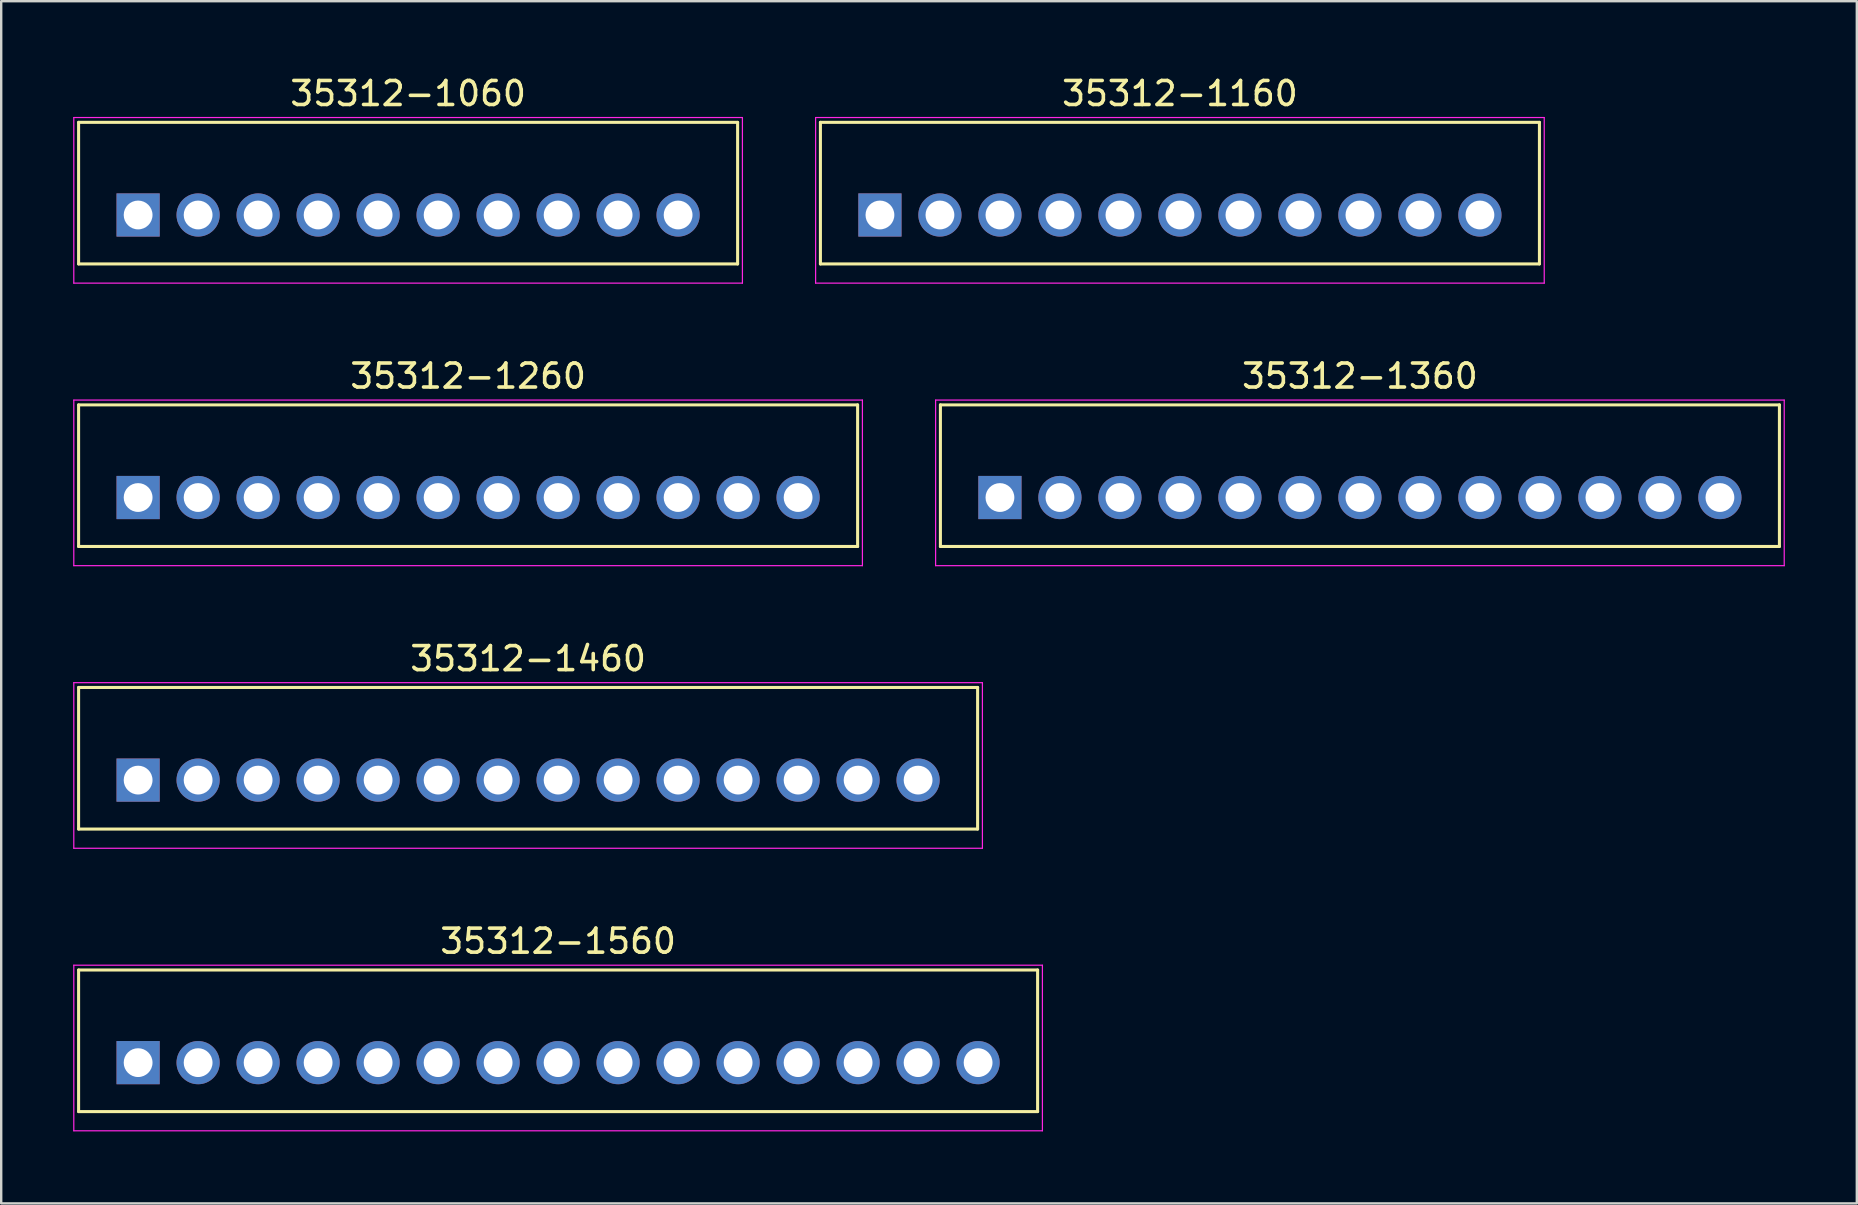
<source format=kicad_pcb>
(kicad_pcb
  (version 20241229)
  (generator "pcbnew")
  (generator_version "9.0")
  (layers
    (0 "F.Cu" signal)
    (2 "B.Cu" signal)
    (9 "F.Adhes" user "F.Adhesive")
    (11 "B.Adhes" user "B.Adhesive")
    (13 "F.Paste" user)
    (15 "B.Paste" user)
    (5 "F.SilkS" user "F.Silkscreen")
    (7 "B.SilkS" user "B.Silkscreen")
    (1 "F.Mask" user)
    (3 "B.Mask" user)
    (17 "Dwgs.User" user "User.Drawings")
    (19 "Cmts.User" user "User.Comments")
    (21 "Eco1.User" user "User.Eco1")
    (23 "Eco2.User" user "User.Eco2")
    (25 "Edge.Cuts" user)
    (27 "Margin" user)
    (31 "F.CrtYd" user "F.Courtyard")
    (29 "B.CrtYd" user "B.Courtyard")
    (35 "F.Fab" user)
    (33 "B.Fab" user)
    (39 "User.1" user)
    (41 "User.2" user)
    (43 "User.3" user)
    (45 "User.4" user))
  (footprint "35312-1160"
    (layer "F.Cu")
    (at 33.615 5.908)
    (property "Reference" "35312-1160" (at 12.5 -5.06 0) (layer "F.SilkS") (effects (font (size 1 1) (thickness 0.15))))
    (attr through_hole)
    (fp_line (start -2.48 -3.86) (end -2.48 2.04) (stroke (width 0.127) (type solid)) (layer "F.SilkS"))
    (fp_line (start -2.48 2.04) (end 27.48 2.04) (stroke (width 0.127) (type solid)) (layer "F.SilkS"))
    (fp_line (start 27.48 -3.86) (end -2.48 -3.86) (stroke (width 0.127) (type solid)) (layer "F.SilkS"))
    (fp_line (start 27.48 2.04) (end 27.48 -3.86) (stroke (width 0.127) (type solid)) (layer "F.SilkS"))
    (fp_line (start -2.68 -4.06) (end -2.68 2.84) (stroke (width 0.05) (type solid)) (layer "F.CrtYd"))
    (fp_line (start -2.68 2.84) (end 27.68 2.84) (stroke (width 0.05) (type solid)) (layer "F.CrtYd"))
    (fp_line (start 27.68 -4.06) (end -2.68 -4.06) (stroke (width 0.05) (type solid)) (layer "F.CrtYd"))
    (fp_line (start 27.68 2.84) (end 27.68 -4.06) (stroke (width 0.05) (type solid)) (layer "F.CrtYd"))
    (pad "1" thru_hole rect (at 0 0) (size 1.8 1.8) (drill 1.2) (layers "*.Cu" "*.Mask"))
    (pad "2" thru_hole oval (at 2.5 0) (size 1.8 1.8) (drill 1.2) (layers "*.Cu" "*.Mask"))
    (pad "3" thru_hole oval (at 5 0) (size 1.8 1.8) (drill 1.2) (layers "*.Cu" "*.Mask"))
    (pad "4" thru_hole oval (at 7.5 0) (size 1.8 1.8) (drill 1.2) (layers "*.Cu" "*.Mask"))
    (pad "5" thru_hole oval (at 10 0) (size 1.8 1.8) (drill 1.2) (layers "*.Cu" "*.Mask"))
    (pad "6" thru_hole oval (at 12.5 0) (size 1.8 1.8) (drill 1.2) (layers "*.Cu" "*.Mask"))
    (pad "7" thru_hole oval (at 15 0) (size 1.8 1.8) (drill 1.2) (layers "*.Cu" "*.Mask"))
    (pad "8" thru_hole oval (at 17.5 0) (size 1.8 1.8) (drill 1.2) (layers "*.Cu" "*.Mask"))
    (pad "9" thru_hole oval (at 20 0) (size 1.8 1.8) (drill 1.2) (layers "*.Cu" "*.Mask"))
    (pad "10" thru_hole oval (at 22.5 0) (size 1.8 1.8) (drill 1.2) (layers "*.Cu" "*.Mask"))
    (pad "11" thru_hole oval (at 25 0) (size 1.8 1.8) (drill 1.2) (layers "*.Cu" "*.Mask")))
  (footprint "35312-1060"
    (layer "F.Cu")
    (at 2.705 5.908)
    (property "Reference" "35312-1060" (at 11.25 -5.06 0) (layer "F.SilkS") (effects (font (size 1 1) (thickness 0.15))))
    (attr through_hole)
    (fp_line (start -2.48 -3.86) (end -2.48 2.04) (stroke (width 0.127) (type solid)) (layer "F.SilkS"))
    (fp_line (start -2.48 2.04) (end 24.98 2.04) (stroke (width 0.127) (type solid)) (layer "F.SilkS"))
    (fp_line (start 24.98 -3.86) (end -2.48 -3.86) (stroke (width 0.127) (type solid)) (layer "F.SilkS"))
    (fp_line (start 24.98 2.04) (end 24.98 -3.86) (stroke (width 0.127) (type solid)) (layer "F.SilkS"))
    (fp_line (start -2.68 -4.06) (end -2.68 2.84) (stroke (width 0.05) (type solid)) (layer "F.CrtYd"))
    (fp_line (start -2.68 2.84) (end 25.18 2.84) (stroke (width 0.05) (type solid)) (layer "F.CrtYd"))
    (fp_line (start 25.18 -4.06) (end -2.68 -4.06) (stroke (width 0.05) (type solid)) (layer "F.CrtYd"))
    (fp_line (start 25.18 2.84) (end 25.18 -4.06) (stroke (width 0.05) (type solid)) (layer "F.CrtYd"))
    (pad "1" thru_hole rect (at 0 0) (size 1.8 1.8) (drill 1.2) (layers "*.Cu" "*.Mask"))
    (pad "2" thru_hole oval (at 2.5 0) (size 1.8 1.8) (drill 1.2) (layers "*.Cu" "*.Mask"))
    (pad "3" thru_hole oval (at 5 0) (size 1.8 1.8) (drill 1.2) (layers "*.Cu" "*.Mask"))
    (pad "4" thru_hole oval (at 7.5 0) (size 1.8 1.8) (drill 1.2) (layers "*.Cu" "*.Mask"))
    (pad "5" thru_hole oval (at 10 0) (size 1.8 1.8) (drill 1.2) (layers "*.Cu" "*.Mask"))
    (pad "6" thru_hole oval (at 12.5 0) (size 1.8 1.8) (drill 1.2) (layers "*.Cu" "*.Mask"))
    (pad "7" thru_hole oval (at 15 0) (size 1.8 1.8) (drill 1.2) (layers "*.Cu" "*.Mask"))
    (pad "8" thru_hole oval (at 17.5 0) (size 1.8 1.8) (drill 1.2) (layers "*.Cu" "*.Mask"))
    (pad "9" thru_hole oval (at 20 0) (size 1.8 1.8) (drill 1.2) (layers "*.Cu" "*.Mask"))
    (pad "10" thru_hole oval (at 22.5 0) (size 1.8 1.8) (drill 1.2) (layers "*.Cu" "*.Mask")))
  (footprint "35312-1460"
    (layer "F.Cu")
    (at 2.705 29.455)
    (property "Reference" "35312-1460" (at 16.25 -5.06 0) (layer "F.SilkS") (effects (font (size 1 1) (thickness 0.15))))
    (attr through_hole)
    (fp_line (start -2.48 -3.86) (end -2.48 2.04) (stroke (width 0.127) (type solid)) (layer "F.SilkS"))
    (fp_line (start -2.48 2.04) (end 34.98 2.04) (stroke (width 0.127) (type solid)) (layer "F.SilkS"))
    (fp_line (start 34.98 -3.86) (end -2.48 -3.86) (stroke (width 0.127) (type solid)) (layer "F.SilkS"))
    (fp_line (start 34.98 2.04) (end 34.98 -3.86) (stroke (width 0.127) (type solid)) (layer "F.SilkS"))
    (fp_line (start -2.68 -4.06) (end -2.68 2.84) (stroke (width 0.05) (type solid)) (layer "F.CrtYd"))
    (fp_line (start -2.68 2.84) (end 35.18 2.84) (stroke (width 0.05) (type solid)) (layer "F.CrtYd"))
    (fp_line (start 35.18 -4.06) (end -2.68 -4.06) (stroke (width 0.05) (type solid)) (layer "F.CrtYd"))
    (fp_line (start 35.18 2.84) (end 35.18 -4.06) (stroke (width 0.05) (type solid)) (layer "F.CrtYd"))
    (pad "1" thru_hole rect (at 0 0) (size 1.8 1.8) (drill 1.2) (layers "*.Cu" "*.Mask"))
    (pad "2" thru_hole oval (at 2.5 0) (size 1.8 1.8) (drill 1.2) (layers "*.Cu" "*.Mask"))
    (pad "3" thru_hole oval (at 5 0) (size 1.8 1.8) (drill 1.2) (layers "*.Cu" "*.Mask"))
    (pad "4" thru_hole oval (at 7.5 0) (size 1.8 1.8) (drill 1.2) (layers "*.Cu" "*.Mask"))
    (pad "5" thru_hole oval (at 10 0) (size 1.8 1.8) (drill 1.2) (layers "*.Cu" "*.Mask"))
    (pad "6" thru_hole oval (at 12.5 0) (size 1.8 1.8) (drill 1.2) (layers "*.Cu" "*.Mask"))
    (pad "7" thru_hole oval (at 15 0) (size 1.8 1.8) (drill 1.2) (layers "*.Cu" "*.Mask"))
    (pad "8" thru_hole oval (at 17.5 0) (size 1.8 1.8) (drill 1.2) (layers "*.Cu" "*.Mask"))
    (pad "9" thru_hole oval (at 20 0) (size 1.8 1.8) (drill 1.2) (layers "*.Cu" "*.Mask"))
    (pad "10" thru_hole oval (at 22.5 0) (size 1.8 1.8) (drill 1.2) (layers "*.Cu" "*.Mask"))
    (pad "11" thru_hole oval (at 25 0) (size 1.8 1.8) (drill 1.2) (layers "*.Cu" "*.Mask"))
    (pad "12" thru_hole oval (at 27.5 0) (size 1.8 1.8) (drill 1.2) (layers "*.Cu" "*.Mask"))
    (pad "13" thru_hole oval (at 30 0) (size 1.8 1.8) (drill 1.2) (layers "*.Cu" "*.Mask"))
    (pad "14" thru_hole oval (at 32.5 0) (size 1.8 1.8) (drill 1.2) (layers "*.Cu" "*.Mask")))
  (footprint "35312-1260"
    (layer "F.Cu")
    (at 2.705 17.681)
    (property "Reference" "35312-1260" (at 13.75 -5.06 0) (layer "F.SilkS") (effects (font (size 1 1) (thickness 0.15))))
    (attr through_hole)
    (fp_line (start -2.48 -3.86) (end -2.48 2.04) (stroke (width 0.127) (type solid)) (layer "F.SilkS"))
    (fp_line (start -2.48 2.04) (end 29.98 2.04) (stroke (width 0.127) (type solid)) (layer "F.SilkS"))
    (fp_line (start 29.98 -3.86) (end -2.48 -3.86) (stroke (width 0.127) (type solid)) (layer "F.SilkS"))
    (fp_line (start 29.98 2.04) (end 29.98 -3.86) (stroke (width 0.127) (type solid)) (layer "F.SilkS"))
    (fp_line (start -2.68 -4.06) (end -2.68 2.84) (stroke (width 0.05) (type solid)) (layer "F.CrtYd"))
    (fp_line (start -2.68 2.84) (end 30.18 2.84) (stroke (width 0.05) (type solid)) (layer "F.CrtYd"))
    (fp_line (start 30.18 -4.06) (end -2.68 -4.06) (stroke (width 0.05) (type solid)) (layer "F.CrtYd"))
    (fp_line (start 30.18 2.84) (end 30.18 -4.06) (stroke (width 0.05) (type solid)) (layer "F.CrtYd"))
    (pad "1" thru_hole rect (at 0 0) (size 1.8 1.8) (drill 1.2) (layers "*.Cu" "*.Mask"))
    (pad "2" thru_hole oval (at 2.5 0) (size 1.8 1.8) (drill 1.2) (layers "*.Cu" "*.Mask"))
    (pad "3" thru_hole oval (at 5 0) (size 1.8 1.8) (drill 1.2) (layers "*.Cu" "*.Mask"))
    (pad "4" thru_hole oval (at 7.5 0) (size 1.8 1.8) (drill 1.2) (layers "*.Cu" "*.Mask"))
    (pad "5" thru_hole oval (at 10 0) (size 1.8 1.8) (drill 1.2) (layers "*.Cu" "*.Mask"))
    (pad "6" thru_hole oval (at 12.5 0) (size 1.8 1.8) (drill 1.2) (layers "*.Cu" "*.Mask"))
    (pad "7" thru_hole oval (at 15 0) (size 1.8 1.8) (drill 1.2) (layers "*.Cu" "*.Mask"))
    (pad "8" thru_hole oval (at 17.5 0) (size 1.8 1.8) (drill 1.2) (layers "*.Cu" "*.Mask"))
    (pad "9" thru_hole oval (at 20 0) (size 1.8 1.8) (drill 1.2) (layers "*.Cu" "*.Mask"))
    (pad "10" thru_hole oval (at 22.5 0) (size 1.8 1.8) (drill 1.2) (layers "*.Cu" "*.Mask"))
    (pad "11" thru_hole oval (at 25 0) (size 1.8 1.8) (drill 1.2) (layers "*.Cu" "*.Mask"))
    (pad "12" thru_hole oval (at 27.5 0) (size 1.8 1.8) (drill 1.2) (layers "*.Cu" "*.Mask")))
  (footprint "35312-1560"
    (layer "F.Cu")
    (at 2.705 41.228)
    (property "Reference" "35312-1560" (at 17.5 -5.06 0) (layer "F.SilkS") (effects (font (size 1 1) (thickness 0.15))))
    (attr through_hole)
    (fp_line (start -2.48 -3.86) (end -2.48 2.04) (stroke (width 0.127) (type solid)) (layer "F.SilkS"))
    (fp_line (start -2.48 2.04) (end 37.48 2.04) (stroke (width 0.127) (type solid)) (layer "F.SilkS"))
    (fp_line (start 37.48 -3.86) (end -2.48 -3.86) (stroke (width 0.127) (type solid)) (layer "F.SilkS"))
    (fp_line (start 37.48 2.04) (end 37.48 -3.86) (stroke (width 0.127) (type solid)) (layer "F.SilkS"))
    (fp_line (start -2.68 -4.06) (end -2.68 2.84) (stroke (width 0.05) (type solid)) (layer "F.CrtYd"))
    (fp_line (start -2.68 2.84) (end 37.68 2.84) (stroke (width 0.05) (type solid)) (layer "F.CrtYd"))
    (fp_line (start 37.68 -4.06) (end -2.68 -4.06) (stroke (width 0.05) (type solid)) (layer "F.CrtYd"))
    (fp_line (start 37.68 2.84) (end 37.68 -4.06) (stroke (width 0.05) (type solid)) (layer "F.CrtYd"))
    (pad "1" thru_hole rect (at 0 0) (size 1.8 1.8) (drill 1.2) (layers "*.Cu" "*.Mask"))
    (pad "2" thru_hole oval (at 2.5 0) (size 1.8 1.8) (drill 1.2) (layers "*.Cu" "*.Mask"))
    (pad "3" thru_hole oval (at 5 0) (size 1.8 1.8) (drill 1.2) (layers "*.Cu" "*.Mask"))
    (pad "4" thru_hole oval (at 7.5 0) (size 1.8 1.8) (drill 1.2) (layers "*.Cu" "*.Mask"))
    (pad "5" thru_hole oval (at 10 0) (size 1.8 1.8) (drill 1.2) (layers "*.Cu" "*.Mask"))
    (pad "6" thru_hole oval (at 12.5 0) (size 1.8 1.8) (drill 1.2) (layers "*.Cu" "*.Mask"))
    (pad "7" thru_hole oval (at 15 0) (size 1.8 1.8) (drill 1.2) (layers "*.Cu" "*.Mask"))
    (pad "8" thru_hole oval (at 17.5 0) (size 1.8 1.8) (drill 1.2) (layers "*.Cu" "*.Mask"))
    (pad "9" thru_hole oval (at 20 0) (size 1.8 1.8) (drill 1.2) (layers "*.Cu" "*.Mask"))
    (pad "10" thru_hole oval (at 22.5 0) (size 1.8 1.8) (drill 1.2) (layers "*.Cu" "*.Mask"))
    (pad "11" thru_hole oval (at 25 0) (size 1.8 1.8) (drill 1.2) (layers "*.Cu" "*.Mask"))
    (pad "12" thru_hole oval (at 27.5 0) (size 1.8 1.8) (drill 1.2) (layers "*.Cu" "*.Mask"))
    (pad "13" thru_hole oval (at 30 0) (size 1.8 1.8) (drill 1.2) (layers "*.Cu" "*.Mask"))
    (pad "14" thru_hole oval (at 32.5 0) (size 1.8 1.8) (drill 1.2) (layers "*.Cu" "*.Mask"))
    (pad "15" thru_hole oval (at 35 0) (size 1.8 1.8) (drill 1.2) (layers "*.Cu" "*.Mask")))
  (footprint "35312-1360"
    (layer "F.Cu")
    (at 38.615 17.681)
    (property "Reference" "35312-1360" (at 15 -5.06 0) (layer "F.SilkS") (effects (font (size 1 1) (thickness 0.15))))
    (attr through_hole)
    (fp_line (start -2.48 -3.86) (end -2.48 2.04) (stroke (width 0.127) (type solid)) (layer "F.SilkS"))
    (fp_line (start -2.48 2.04) (end 32.48 2.04) (stroke (width 0.127) (type solid)) (layer "F.SilkS"))
    (fp_line (start 32.48 -3.86) (end -2.48 -3.86) (stroke (width 0.127) (type solid)) (layer "F.SilkS"))
    (fp_line (start 32.48 2.04) (end 32.48 -3.86) (stroke (width 0.127) (type solid)) (layer "F.SilkS"))
    (fp_line (start -2.68 -4.06) (end -2.68 2.84) (stroke (width 0.05) (type solid)) (layer "F.CrtYd"))
    (fp_line (start -2.68 2.84) (end 32.68 2.84) (stroke (width 0.05) (type solid)) (layer "F.CrtYd"))
    (fp_line (start 32.68 -4.06) (end -2.68 -4.06) (stroke (width 0.05) (type solid)) (layer "F.CrtYd"))
    (fp_line (start 32.68 2.84) (end 32.68 -4.06) (stroke (width 0.05) (type solid)) (layer "F.CrtYd"))
    (pad "1" thru_hole rect (at 0 0) (size 1.8 1.8) (drill 1.2) (layers "*.Cu" "*.Mask"))
    (pad "2" thru_hole oval (at 2.5 0) (size 1.8 1.8) (drill 1.2) (layers "*.Cu" "*.Mask"))
    (pad "3" thru_hole oval (at 5 0) (size 1.8 1.8) (drill 1.2) (layers "*.Cu" "*.Mask"))
    (pad "4" thru_hole oval (at 7.5 0) (size 1.8 1.8) (drill 1.2) (layers "*.Cu" "*.Mask"))
    (pad "5" thru_hole oval (at 10 0) (size 1.8 1.8) (drill 1.2) (layers "*.Cu" "*.Mask"))
    (pad "6" thru_hole oval (at 12.5 0) (size 1.8 1.8) (drill 1.2) (layers "*.Cu" "*.Mask"))
    (pad "7" thru_hole oval (at 15 0) (size 1.8 1.8) (drill 1.2) (layers "*.Cu" "*.Mask"))
    (pad "8" thru_hole oval (at 17.5 0) (size 1.8 1.8) (drill 1.2) (layers "*.Cu" "*.Mask"))
    (pad "9" thru_hole oval (at 20 0) (size 1.8 1.8) (drill 1.2) (layers "*.Cu" "*.Mask"))
    (pad "10" thru_hole oval (at 22.5 0) (size 1.8 1.8) (drill 1.2) (layers "*.Cu" "*.Mask"))
    (pad "11" thru_hole oval (at 25 0) (size 1.8 1.8) (drill 1.2) (layers "*.Cu" "*.Mask"))
    (pad "12" thru_hole oval (at 27.5 0) (size 1.8 1.8) (drill 1.2) (layers "*.Cu" "*.Mask"))
    (pad "13" thru_hole oval (at 30 0) (size 1.8 1.8) (drill 1.2) (layers "*.Cu" "*.Mask")))
  (gr_rect
    (start -3 -3)
    (end 74.32 47.093)
    (stroke (width 0.1) (type default))
    (fill no)
    (layer "Edge.Cuts")))
</source>
